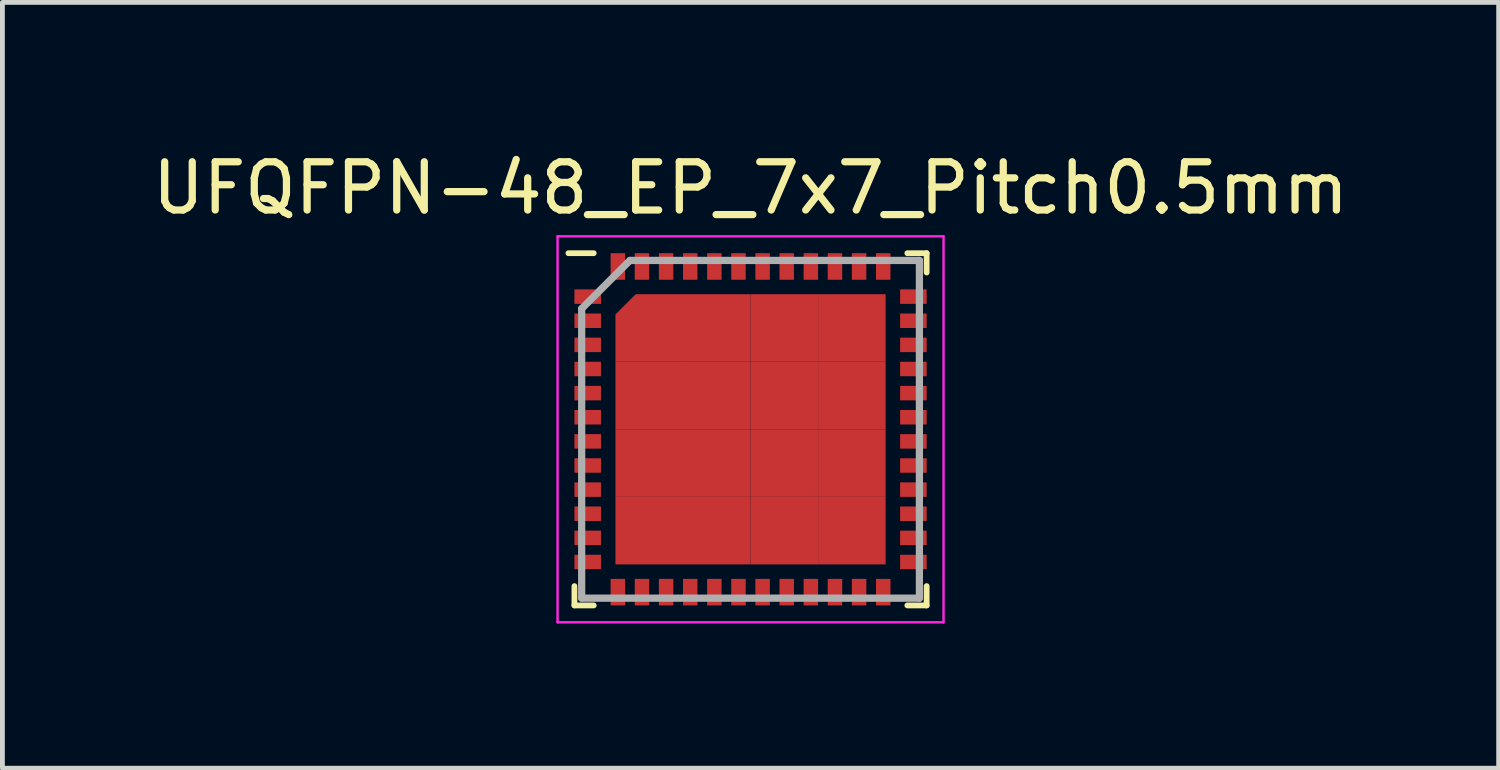
<source format=kicad_pcb>
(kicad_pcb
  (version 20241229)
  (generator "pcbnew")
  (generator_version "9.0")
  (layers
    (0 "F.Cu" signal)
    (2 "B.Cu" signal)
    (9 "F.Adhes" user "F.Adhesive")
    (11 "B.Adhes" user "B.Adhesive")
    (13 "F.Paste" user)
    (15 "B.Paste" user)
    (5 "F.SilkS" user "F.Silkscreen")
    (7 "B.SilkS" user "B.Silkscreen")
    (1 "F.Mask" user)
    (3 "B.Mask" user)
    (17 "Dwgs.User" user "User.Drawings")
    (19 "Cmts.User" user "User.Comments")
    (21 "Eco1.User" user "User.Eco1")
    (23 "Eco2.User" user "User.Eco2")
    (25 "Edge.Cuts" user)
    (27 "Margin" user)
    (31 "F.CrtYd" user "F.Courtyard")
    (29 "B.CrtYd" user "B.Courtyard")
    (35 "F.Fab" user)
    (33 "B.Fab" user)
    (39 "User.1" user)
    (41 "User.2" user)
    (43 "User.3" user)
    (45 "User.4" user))
  (footprint "UFQFPN-48_EP_7x7_Pitch0.5mm"
    (layer "F.Cu")
    (at 12.506 5.848)
    (property "Reference" "UFQFPN-48_EP_7x7_Pitch0.5mm" (at 0 -5 0) (layer "F.SilkS") (effects (font (size 1 1) (thickness 0.15))))
    (attr smd)
    (fp_line (start -3.65 3.65) (end -3.65 3.25) (stroke (width 0.12) (type default)) (layer "F.SilkS"))
    (fp_line (start -3.25 -3.65) (end -3.775 -3.65) (stroke (width 0.12) (type default)) (layer "F.SilkS"))
    (fp_line (start -3.25 3.65) (end -3.65 3.65) (stroke (width 0.12) (type default)) (layer "F.SilkS"))
    (fp_line (start 3.25 -3.65) (end 3.65 -3.65) (stroke (width 0.12) (type default)) (layer "F.SilkS"))
    (fp_line (start 3.25 3.65) (end 3.65 3.65) (stroke (width 0.12) (type default)) (layer "F.SilkS"))
    (fp_line (start 3.65 -3.65) (end 3.65 -3.25) (stroke (width 0.12) (type default)) (layer "F.SilkS"))
    (fp_line (start 3.65 3.65) (end 3.65 3.25) (stroke (width 0.12) (type default)) (layer "F.SilkS"))
    (fp_line (start -4 -4) (end 4 -4) (stroke (width 0.05) (type default)) (layer "F.CrtYd"))
    (fp_line (start -4 4) (end -4 -4) (stroke (width 0.05) (type default)) (layer "F.CrtYd"))
    (fp_line (start 4 -4) (end 4 4) (stroke (width 0.05) (type default)) (layer "F.CrtYd"))
    (fp_line (start 4 4) (end -4 4) (stroke (width 0.05) (type default)) (layer "F.CrtYd"))
    (fp_line (start -3.5 -2.5) (end -3.5 3.5) (stroke (width 0.15) (type default)) (layer "F.Fab"))
    (fp_line (start -3.5 3.5) (end 3.5 3.5) (stroke (width 0.15) (type default)) (layer "F.Fab"))
    (fp_line (start -2.5 -3.5) (end -3.5 -2.5) (stroke (width 0.15) (type default)) (layer "F.Fab"))
    (fp_line (start 3.5 -3.5) (end -2.5 -3.5) (stroke (width 0.15) (type default)) (layer "F.Fab"))
    (fp_line (start 3.5 3.5) (end 3.5 -3.5) (stroke (width 0.15) (type default)) (layer "F.Fab"))
    (pad "1" smd rect (at -3.375 -2.75 90) (size 0.3 0.55) (layers "F.Cu" "F.Mask" "F.Paste"))
    (pad "2" smd rect (at -3.375 -2.25 90) (size 0.3 0.55) (layers "F.Cu" "F.Mask" "F.Paste"))
    (pad "3" smd rect (at -3.375 -1.75 90) (size 0.3 0.55) (layers "F.Cu" "F.Mask" "F.Paste"))
    (pad "4" smd rect (at -3.375 -1.25 90) (size 0.3 0.55) (layers "F.Cu" "F.Mask" "F.Paste"))
    (pad "5" smd rect (at -3.375 -0.75 90) (size 0.3 0.55) (layers "F.Cu" "F.Mask" "F.Paste"))
    (pad "6" smd rect (at -3.375 -0.25 90) (size 0.3 0.55) (layers "F.Cu" "F.Mask" "F.Paste"))
    (pad "7" smd rect (at -3.375 0.25 90) (size 0.3 0.55) (layers "F.Cu" "F.Mask" "F.Paste"))
    (pad "8" smd rect (at -3.375 0.75 90) (size 0.3 0.55) (layers "F.Cu" "F.Mask" "F.Paste"))
    (pad "9" smd rect (at -3.375 1.25 90) (size 0.3 0.55) (layers "F.Cu" "F.Mask" "F.Paste"))
    (pad "10" smd rect (at -3.375 1.75 90) (size 0.3 0.55) (layers "F.Cu" "F.Mask" "F.Paste"))
    (pad "11" smd rect (at -3.375 2.25 90) (size 0.3 0.55) (layers "F.Cu" "F.Mask" "F.Paste"))
    (pad "12" smd rect (at -3.375 2.75 90) (size 0.3 0.55) (layers "F.Cu" "F.Mask" "F.Paste"))
    (pad "13" smd rect (at -2.75 3.375) (size 0.3 0.55) (layers "F.Cu" "F.Mask" "F.Paste"))
    (pad "14" smd rect (at -2.25 3.375) (size 0.3 0.55) (layers "F.Cu" "F.Mask" "F.Paste"))
    (pad "15" smd rect (at -1.75 3.375) (size 0.3 0.55) (layers "F.Cu" "F.Mask" "F.Paste"))
    (pad "16" smd rect (at -1.25 3.375) (size 0.3 0.55) (layers "F.Cu" "F.Mask" "F.Paste"))
    (pad "17" smd rect (at -0.75 3.375) (size 0.3 0.55) (layers "F.Cu" "F.Mask" "F.Paste"))
    (pad "18" smd rect (at -0.25 3.375) (size 0.3 0.55) (layers "F.Cu" "F.Mask" "F.Paste"))
    (pad "19" smd rect (at 0.25 3.375) (size 0.3 0.55) (layers "F.Cu" "F.Mask" "F.Paste"))
    (pad "20" smd rect (at 0.75 3.375) (size 0.3 0.55) (layers "F.Cu" "F.Mask" "F.Paste"))
    (pad "21" smd rect (at 1.25 3.375) (size 0.3 0.55) (layers "F.Cu" "F.Mask" "F.Paste"))
    (pad "22" smd rect (at 1.75 3.375) (size 0.3 0.55) (layers "F.Cu" "F.Mask" "F.Paste"))
    (pad "23" smd rect (at 2.25 3.375) (size 0.3 0.55) (layers "F.Cu" "F.Mask" "F.Paste"))
    (pad "24" smd rect (at 2.75 3.375) (size 0.3 0.55) (layers "F.Cu" "F.Mask" "F.Paste"))
    (pad "25" smd rect (at 3.375 2.75 90) (size 0.3 0.55) (layers "F.Cu" "F.Mask" "F.Paste"))
    (pad "26" smd rect (at 3.375 2.25 90) (size 0.3 0.55) (layers "F.Cu" "F.Mask" "F.Paste"))
    (pad "27" smd rect (at 3.375 1.75 90) (size 0.3 0.55) (layers "F.Cu" "F.Mask" "F.Paste"))
    (pad "28" smd rect (at 3.375 1.25 90) (size 0.3 0.55) (layers "F.Cu" "F.Mask" "F.Paste"))
    (pad "29" smd rect (at 3.375 0.75 90) (size 0.3 0.55) (layers "F.Cu" "F.Mask" "F.Paste"))
    (pad "30" smd rect (at 3.375 0.25 90) (size 0.3 0.55) (layers "F.Cu" "F.Mask" "F.Paste"))
    (pad "31" smd rect (at 3.375 -0.25 90) (size 0.3 0.55) (layers "F.Cu" "F.Mask" "F.Paste"))
    (pad "32" smd rect (at 3.375 -0.75 90) (size 0.3 0.55) (layers "F.Cu" "F.Mask" "F.Paste"))
    (pad "33" smd rect (at 3.375 -1.25 90) (size 0.3 0.55) (layers "F.Cu" "F.Mask" "F.Paste"))
    (pad "34" smd rect (at 3.375 -1.75 90) (size 0.3 0.55) (layers "F.Cu" "F.Mask" "F.Paste"))
    (pad "35" smd rect (at 3.375 -2.25 90) (size 0.3 0.55) (layers "F.Cu" "F.Mask" "F.Paste"))
    (pad "36" smd rect (at 3.375 -2.75 90) (size 0.3 0.55) (layers "F.Cu" "F.Mask" "F.Paste"))
    (pad "37" smd rect (at 2.75 -3.375) (size 0.3 0.55) (layers "F.Cu" "F.Mask" "F.Paste"))
    (pad "38" smd rect (at 2.25 -3.375) (size 0.3 0.55) (layers "F.Cu" "F.Mask" "F.Paste"))
    (pad "39" smd rect (at 1.75 -3.375) (size 0.3 0.55) (layers "F.Cu" "F.Mask" "F.Paste"))
    (pad "40" smd rect (at 1.25 -3.375) (size 0.3 0.55) (layers "F.Cu" "F.Mask" "F.Paste"))
    (pad "41" smd rect (at 0.75 -3.375) (size 0.3 0.55) (layers "F.Cu" "F.Mask" "F.Paste"))
    (pad "42" smd rect (at 0.25 -3.375) (size 0.3 0.55) (layers "F.Cu" "F.Mask" "F.Paste"))
    (pad "43" smd rect (at -0.25 -3.375) (size 0.3 0.55) (layers "F.Cu" "F.Mask" "F.Paste"))
    (pad "44" smd rect (at -0.75 -3.375) (size 0.3 0.55) (layers "F.Cu" "F.Mask" "F.Paste"))
    (pad "45" smd rect (at -1.25 -3.375) (size 0.3 0.55) (layers "F.Cu" "F.Mask" "F.Paste"))
    (pad "46" smd rect (at -1.75 -3.375) (size 0.3 0.55) (layers "F.Cu" "F.Mask" "F.Paste"))
    (pad "47" smd rect (at -2.25 -3.375) (size 0.3 0.55) (layers "F.Cu" "F.Mask" "F.Paste"))
    (pad "48" smd rect (at -2.75 -3.375) (size 0.3 0.55) (layers "F.Cu" "F.Mask" "F.Paste"))
    (pad "49" smd roundrect (at -2.1 -2.1) (size 1.4 1.4) (layers "F.Cu" "F.Mask" "F.Paste") (roundrect_rratio 0) (chamfer_ratio 0.3) (chamfer top_left))
    (pad "49" smd rect (at -2.1 -0.7) (size 1.4 1.4) (layers "F.Cu" "F.Mask" "F.Paste"))
    (pad "49" smd rect (at -2.1 0.7) (size 1.4 1.4) (layers "F.Cu" "F.Mask" "F.Paste"))
    (pad "49" smd rect (at -2.1 2.1) (size 1.4 1.4) (layers "F.Cu" "F.Mask" "F.Paste"))
    (pad "49" smd rect (at -0.7 -2.1) (size 1.4 1.4) (layers "F.Cu" "F.Mask" "F.Paste"))
    (pad "49" smd rect (at -0.7 -0.7) (size 1.4 1.4) (layers "F.Cu" "F.Mask" "F.Paste"))
    (pad "49" smd rect (at -0.7 0.7) (size 1.4 1.4) (layers "F.Cu" "F.Mask" "F.Paste"))
    (pad "49" smd rect (at -0.7 2.1) (size 1.4 1.4) (layers "F.Cu" "F.Mask" "F.Paste"))
    (pad "49" smd rect (at 0.7 -2.1) (size 1.4 1.4) (layers "F.Cu" "F.Mask" "F.Paste"))
    (pad "49" smd rect (at 0.7 -0.7) (size 1.4 1.4) (layers "F.Cu" "F.Mask" "F.Paste"))
    (pad "49" smd rect (at 0.7 0.7) (size 1.4 1.4) (layers "F.Cu" "F.Mask" "F.Paste"))
    (pad "49" smd rect (at 0.7 2.1) (size 1.4 1.4) (layers "F.Cu" "F.Mask" "F.Paste"))
    (pad "49" smd rect (at 2.1 -2.1) (size 1.4 1.4) (layers "F.Cu" "F.Mask" "F.Paste"))
    (pad "49" smd rect (at 2.1 -0.7) (size 1.4 1.4) (layers "F.Cu" "F.Mask" "F.Paste"))
    (pad "49" smd rect (at 2.1 0.7) (size 1.4 1.4) (layers "F.Cu" "F.Mask" "F.Paste"))
    (pad "49" smd rect (at 2.1 2.1) (size 1.4 1.4) (layers "F.Cu" "F.Mask" "F.Paste")))
  (gr_rect
    (start -3 -3)
    (end 28.012 12.873)
    (stroke (width 0.1) (type default))
    (fill no)
    (layer "Edge.Cuts")))
</source>
